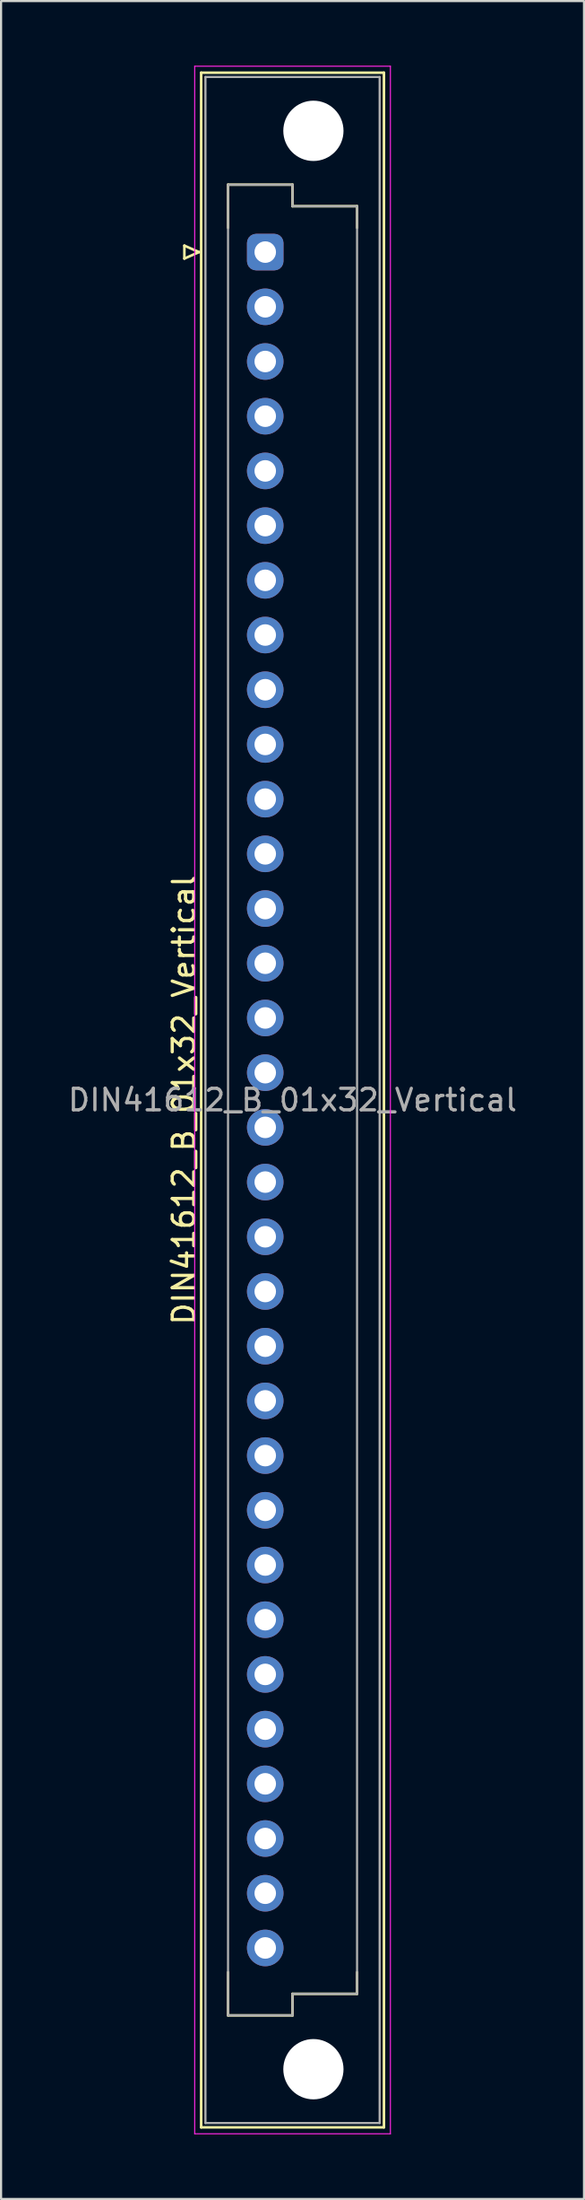
<source format=kicad_pcb>
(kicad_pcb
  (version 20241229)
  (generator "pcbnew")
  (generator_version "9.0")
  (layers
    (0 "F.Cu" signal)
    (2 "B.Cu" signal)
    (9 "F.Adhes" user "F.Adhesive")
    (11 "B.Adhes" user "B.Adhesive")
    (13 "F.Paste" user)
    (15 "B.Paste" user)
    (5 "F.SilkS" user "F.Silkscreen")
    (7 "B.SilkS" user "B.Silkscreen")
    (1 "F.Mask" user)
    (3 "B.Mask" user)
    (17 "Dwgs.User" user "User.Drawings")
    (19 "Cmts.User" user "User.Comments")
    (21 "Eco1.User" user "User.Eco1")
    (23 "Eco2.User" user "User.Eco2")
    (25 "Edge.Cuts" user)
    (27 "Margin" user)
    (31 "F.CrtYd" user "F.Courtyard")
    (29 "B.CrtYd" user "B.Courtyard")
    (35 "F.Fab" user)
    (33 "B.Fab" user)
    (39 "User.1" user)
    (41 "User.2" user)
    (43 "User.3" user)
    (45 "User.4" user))
  (footprint "DIN41612_B_01x32_Vertical"
    (layer "F.Cu")
    (at 9.284 8.655)
    (property "Reference" "DIN41612_B_01x32_Vertical" (at -3.78 39.37 90) (layer "F.SilkS") (effects (font (size 1 1) (thickness 0.15))))
    (attr through_hole)
    (fp_line (start -3.76 -0.3) (end -3.76 0.3) (stroke (width 0.12) (type solid)) (layer "F.SilkS"))
    (fp_line (start -3.76 0.3) (end -3.08 0) (stroke (width 0.12) (type solid)) (layer "F.SilkS"))
    (fp_line (start -3.08 0) (end -3.76 -0.3) (stroke (width 0.12) (type solid)) (layer "F.SilkS"))
    (fp_line (start -2.98 -8.33) (end 5.52 -8.33) (stroke (width 0.12) (type solid)) (layer "F.SilkS"))
    (fp_line (start -2.98 87.07) (end -2.98 -8.33) (stroke (width 0.12) (type solid)) (layer "F.SilkS"))
    (fp_line (start -1.73 -3.13) (end 1.27 -3.13) (stroke (width 0.12) (type solid)) (layer "F.SilkS"))
    (fp_line (start -1.73 -1.13) (end -1.73 -3.13) (stroke (width 0.12) (type solid)) (layer "F.SilkS"))
    (fp_line (start -1.73 79.87) (end -1.73 81.87) (stroke (width 0.12) (type solid)) (layer "F.SilkS"))
    (fp_line (start -1.73 81.87) (end 1.27 81.87) (stroke (width 0.12) (type solid)) (layer "F.SilkS"))
    (fp_line (start 1.27 -3.13) (end 1.27 -2.13) (stroke (width 0.12) (type solid)) (layer "F.SilkS"))
    (fp_line (start 1.27 -2.13) (end 4.27 -2.13) (stroke (width 0.12) (type solid)) (layer "F.SilkS"))
    (fp_line (start 1.27 80.87) (end 4.27 80.87) (stroke (width 0.12) (type solid)) (layer "F.SilkS"))
    (fp_line (start 1.27 81.87) (end 1.27 80.87) (stroke (width 0.12) (type solid)) (layer "F.SilkS"))
    (fp_line (start 4.27 -2.13) (end 4.27 -1.13) (stroke (width 0.12) (type solid)) (layer "F.SilkS"))
    (fp_line (start 4.27 80.87) (end 4.27 79.87) (stroke (width 0.12) (type solid)) (layer "F.SilkS"))
    (fp_line (start 5.52 -8.33) (end 5.52 87.07) (stroke (width 0.12) (type solid)) (layer "F.SilkS"))
    (fp_line (start 5.52 87.07) (end -2.98 87.07) (stroke (width 0.12) (type solid)) (layer "F.SilkS"))
    (fp_line (start -3.28 -8.63) (end 5.82 -8.63) (stroke (width 0.05) (type solid)) (layer "F.CrtYd"))
    (fp_line (start -3.28 87.37) (end -3.28 -8.63) (stroke (width 0.05) (type solid)) (layer "F.CrtYd"))
    (fp_line (start 5.82 -8.63) (end 5.82 87.37) (stroke (width 0.05) (type solid)) (layer "F.CrtYd"))
    (fp_line (start 5.82 87.37) (end -3.28 87.37) (stroke (width 0.05) (type solid)) (layer "F.CrtYd"))
    (fp_line (start -2.78 -8.13) (end 5.32 -8.13) (stroke (width 0.1) (type solid)) (layer "F.Fab"))
    (fp_line (start -2.78 86.87) (end -2.78 -8.13) (stroke (width 0.1) (type solid)) (layer "F.Fab"))
    (fp_line (start -1.73 -3.13) (end 1.27 -3.13) (stroke (width 0.1) (type solid)) (layer "F.Fab"))
    (fp_line (start -1.73 81.87) (end -1.73 -3.13) (stroke (width 0.1) (type solid)) (layer "F.Fab"))
    (fp_line (start 1.27 -3.13) (end 1.27 -2.13) (stroke (width 0.1) (type solid)) (layer "F.Fab"))
    (fp_line (start 1.27 -2.13) (end 4.27 -2.13) (stroke (width 0.1) (type solid)) (layer "F.Fab"))
    (fp_line (start 1.27 80.87) (end 1.27 81.87) (stroke (width 0.1) (type solid)) (layer "F.Fab"))
    (fp_line (start 1.27 81.87) (end -1.73 81.87) (stroke (width 0.1) (type solid)) (layer "F.Fab"))
    (fp_line (start 4.27 -2.13) (end 4.27 80.87) (stroke (width 0.1) (type solid)) (layer "F.Fab"))
    (fp_line (start 4.27 80.87) (end 1.27 80.87) (stroke (width 0.1) (type solid)) (layer "F.Fab"))
    (fp_line (start 5.32 -8.13) (end 5.32 86.87) (stroke (width 0.1) (type solid)) (layer "F.Fab"))
    (fp_line (start 5.32 86.87) (end -2.78 86.87) (stroke (width 0.1) (type solid)) (layer "F.Fab"))
    (fp_text user "${REFERENCE}" (at 1.27 39.37 0) (layer "F.Fab") (effects (font (size 1 1) (thickness 0.15))))
    (pad "" np_thru_hole circle (at 2.24 -5.63) (size 2.8 2.8) (drill 2.8) (layers "*.Cu" "*.Mask"))
    (pad "" np_thru_hole circle (at 2.24 84.37) (size 2.8 2.8) (drill 2.8) (layers "*.Cu" "*.Mask"))
    (pad "a1" thru_hole roundrect (at 0 0) (size 1.7 1.7) (drill 1) (layers "*.Cu" "*.Mask") (roundrect_rratio 0.25))
    (pad "a2" thru_hole circle (at 0 2.54) (size 1.7 1.7) (drill 1) (layers "*.Cu" "*.Mask"))
    (pad "a3" thru_hole circle (at 0 5.08) (size 1.7 1.7) (drill 1) (layers "*.Cu" "*.Mask"))
    (pad "a4" thru_hole circle (at 0 7.62) (size 1.7 1.7) (drill 1) (layers "*.Cu" "*.Mask"))
    (pad "a5" thru_hole circle (at 0 10.16) (size 1.7 1.7) (drill 1) (layers "*.Cu" "*.Mask"))
    (pad "a6" thru_hole circle (at 0 12.7) (size 1.7 1.7) (drill 1) (layers "*.Cu" "*.Mask"))
    (pad "a7" thru_hole circle (at 0 15.24) (size 1.7 1.7) (drill 1) (layers "*.Cu" "*.Mask"))
    (pad "a8" thru_hole circle (at 0 17.78) (size 1.7 1.7) (drill 1) (layers "*.Cu" "*.Mask"))
    (pad "a9" thru_hole circle (at 0 20.32) (size 1.7 1.7) (drill 1) (layers "*.Cu" "*.Mask"))
    (pad "a10" thru_hole circle (at 0 22.86) (size 1.7 1.7) (drill 1) (layers "*.Cu" "*.Mask"))
    (pad "a11" thru_hole circle (at 0 25.4) (size 1.7 1.7) (drill 1) (layers "*.Cu" "*.Mask"))
    (pad "a12" thru_hole circle (at 0 27.94) (size 1.7 1.7) (drill 1) (layers "*.Cu" "*.Mask"))
    (pad "a13" thru_hole circle (at 0 30.48) (size 1.7 1.7) (drill 1) (layers "*.Cu" "*.Mask"))
    (pad "a14" thru_hole circle (at 0 33.02) (size 1.7 1.7) (drill 1) (layers "*.Cu" "*.Mask"))
    (pad "a15" thru_hole circle (at 0 35.56) (size 1.7 1.7) (drill 1) (layers "*.Cu" "*.Mask"))
    (pad "a16" thru_hole circle (at 0 38.1) (size 1.7 1.7) (drill 1) (layers "*.Cu" "*.Mask"))
    (pad "a17" thru_hole circle (at 0 40.64) (size 1.7 1.7) (drill 1) (layers "*.Cu" "*.Mask"))
    (pad "a18" thru_hole circle (at 0 43.18) (size 1.7 1.7) (drill 1) (layers "*.Cu" "*.Mask"))
    (pad "a19" thru_hole circle (at 0 45.72) (size 1.7 1.7) (drill 1) (layers "*.Cu" "*.Mask"))
    (pad "a20" thru_hole circle (at 0 48.26) (size 1.7 1.7) (drill 1) (layers "*.Cu" "*.Mask"))
    (pad "a21" thru_hole circle (at 0 50.8) (size 1.7 1.7) (drill 1) (layers "*.Cu" "*.Mask"))
    (pad "a22" thru_hole circle (at 0 53.34) (size 1.7 1.7) (drill 1) (layers "*.Cu" "*.Mask"))
    (pad "a23" thru_hole circle (at 0 55.88) (size 1.7 1.7) (drill 1) (layers "*.Cu" "*.Mask"))
    (pad "a24" thru_hole circle (at 0 58.42) (size 1.7 1.7) (drill 1) (layers "*.Cu" "*.Mask"))
    (pad "a25" thru_hole circle (at 0 60.96) (size 1.7 1.7) (drill 1) (layers "*.Cu" "*.Mask"))
    (pad "a26" thru_hole circle (at 0 63.5) (size 1.7 1.7) (drill 1) (layers "*.Cu" "*.Mask"))
    (pad "a27" thru_hole circle (at 0 66.04) (size 1.7 1.7) (drill 1) (layers "*.Cu" "*.Mask"))
    (pad "a28" thru_hole circle (at 0 68.58) (size 1.7 1.7) (drill 1) (layers "*.Cu" "*.Mask"))
    (pad "a29" thru_hole circle (at 0 71.12) (size 1.7 1.7) (drill 1) (layers "*.Cu" "*.Mask"))
    (pad "a30" thru_hole circle (at 0 73.66) (size 1.7 1.7) (drill 1) (layers "*.Cu" "*.Mask"))
    (pad "a31" thru_hole circle (at 0 76.2) (size 1.7 1.7) (drill 1) (layers "*.Cu" "*.Mask"))
    (pad "a32" thru_hole circle (at 0 78.74) (size 1.7 1.7) (drill 1) (layers "*.Cu" "*.Mask")))
  (gr_rect
    (start -3 -3)
    (end 24.107 99.05)
    (stroke (width 0.1) (type default))
    (fill no)
    (layer "Edge.Cuts")))
</source>
